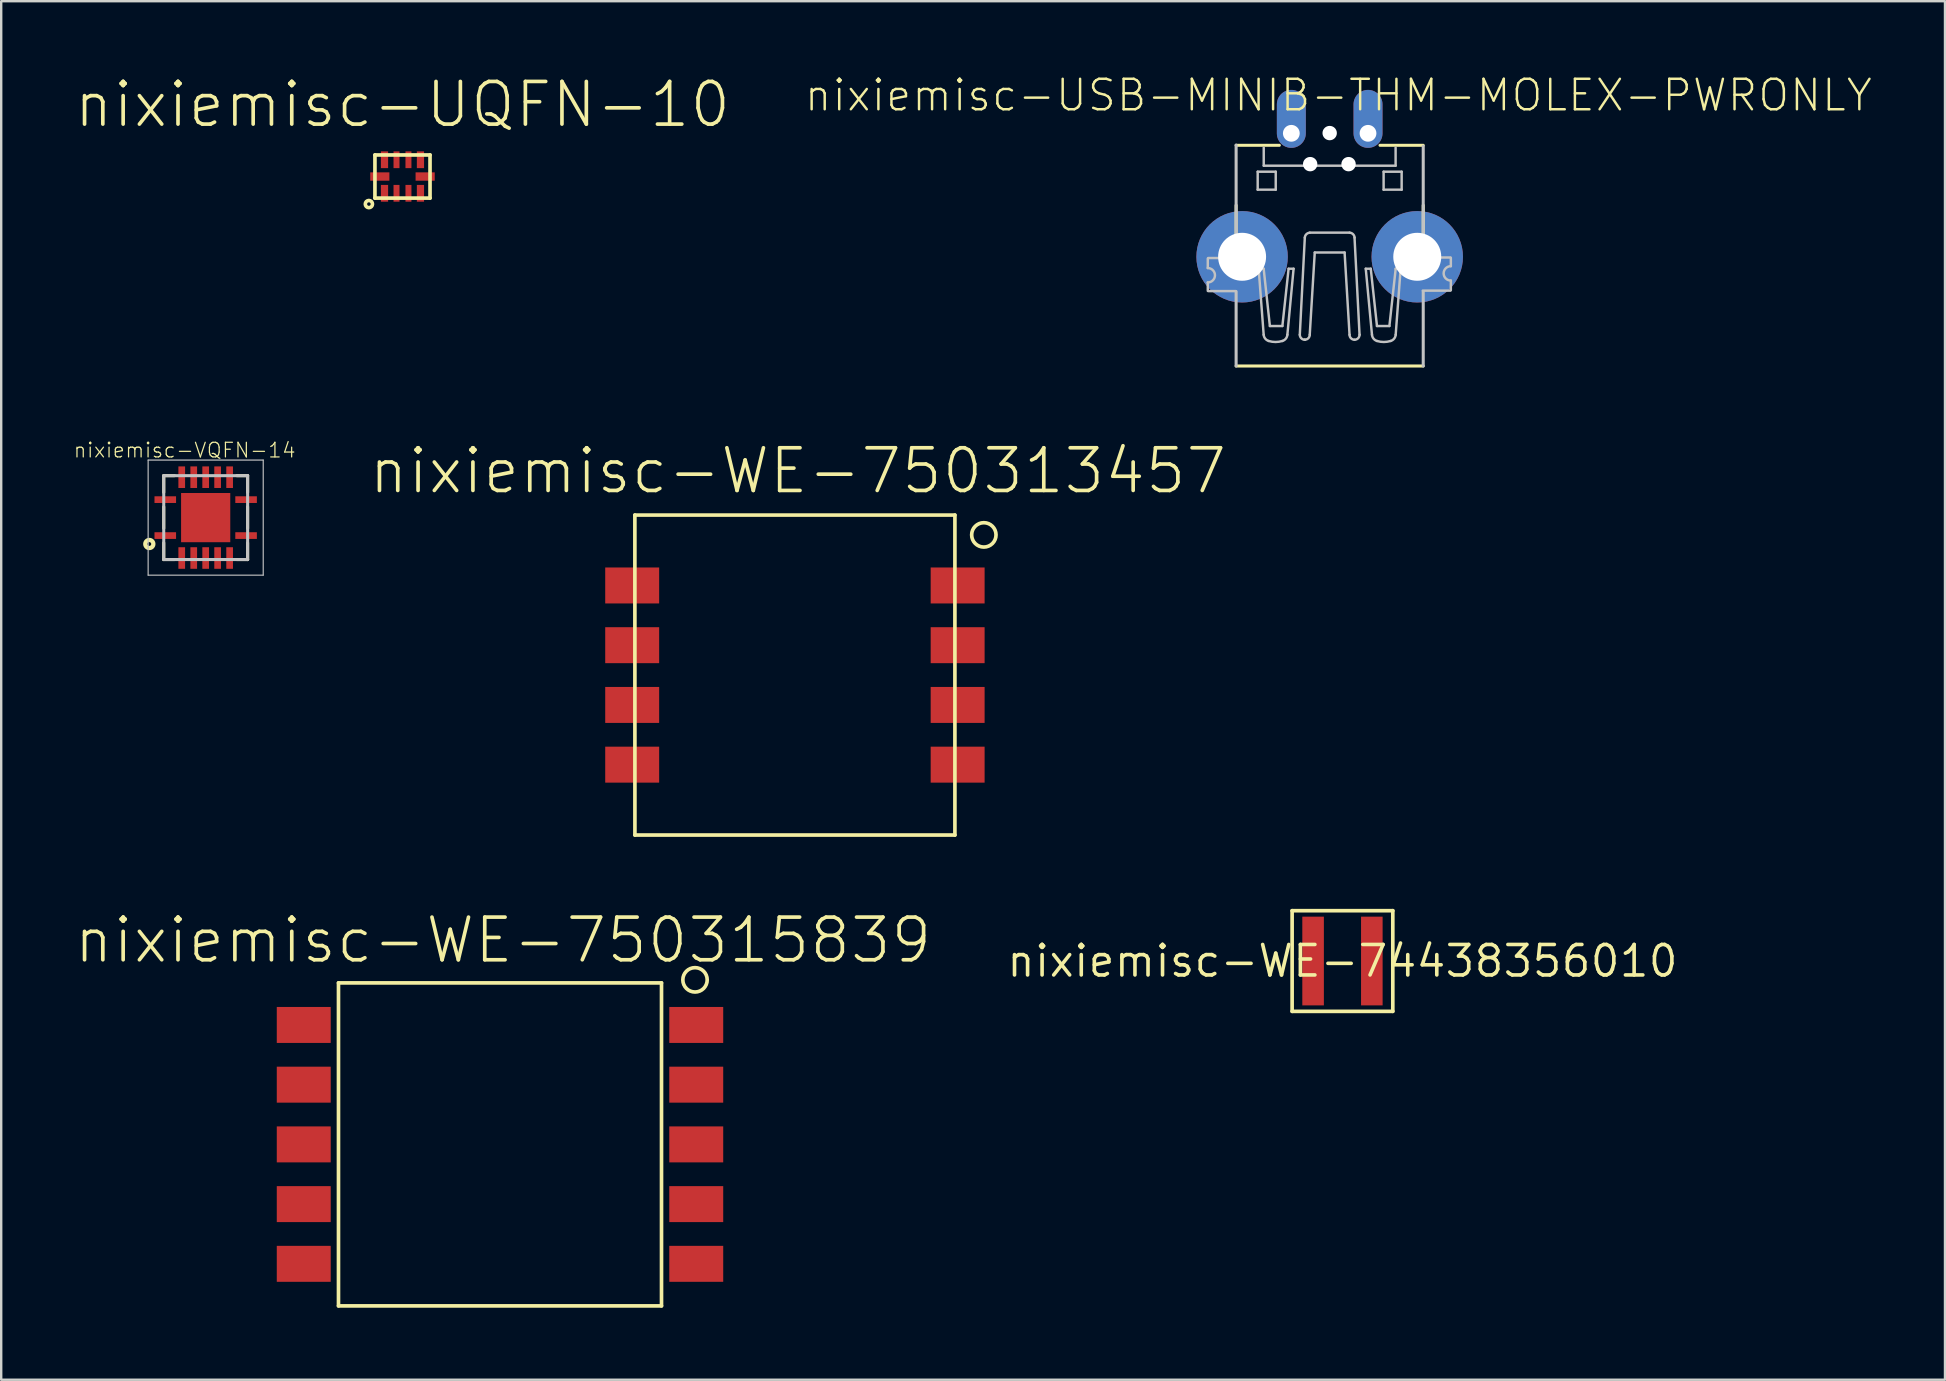
<source format=kicad_pcb>
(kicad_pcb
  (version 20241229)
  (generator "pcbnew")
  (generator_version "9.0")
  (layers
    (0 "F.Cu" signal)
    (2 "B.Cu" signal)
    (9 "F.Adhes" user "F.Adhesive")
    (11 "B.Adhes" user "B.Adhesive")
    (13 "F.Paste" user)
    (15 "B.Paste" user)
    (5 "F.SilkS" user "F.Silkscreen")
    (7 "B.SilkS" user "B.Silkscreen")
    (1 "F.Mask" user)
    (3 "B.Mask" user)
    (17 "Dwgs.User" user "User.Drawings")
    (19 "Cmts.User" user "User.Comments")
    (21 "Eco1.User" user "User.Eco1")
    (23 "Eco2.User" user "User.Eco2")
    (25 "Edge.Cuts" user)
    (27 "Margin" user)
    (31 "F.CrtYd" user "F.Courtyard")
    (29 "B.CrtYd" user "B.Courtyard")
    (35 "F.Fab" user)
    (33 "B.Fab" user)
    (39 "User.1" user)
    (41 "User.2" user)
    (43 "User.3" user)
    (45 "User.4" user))
  (footprint "nixiemisc-WE-750313457"
    (layer "F.Cu")
    (at 30.079 25.084)
    (property "Reference" "nixiemisc-WE-750313457" (at 0.127 -8.509 0) (unlocked yes) (layer "F.SilkS") (effects (font (size 1.778 1.778) (thickness 0.152))))
    (attr smd)
    (fp_line (start -6.67 -6.668) (end 6.668 -6.668) (stroke (width 0.152) (type solid)) (layer "F.SilkS"))
    (fp_line (start -6.668 6.668) (end -6.67 -6.668) (stroke (width 0.152) (type solid)) (layer "F.SilkS"))
    (fp_line (start 6.668 -6.668) (end 6.668 6.668) (stroke (width 0.152) (type solid)) (layer "F.SilkS"))
    (fp_line (start 6.668 6.668) (end -6.668 6.668) (stroke (width 0.152) (type solid)) (layer "F.SilkS"))
    (fp_circle (center 7.874 -5.842) (end 7.874 -6.35) (stroke (width 0.152) (type solid)) (fill no) (layer "F.SilkS"))
    (pad "P$1" smd rect (at 6.782 -3.734) (size 2.248 1.499) (layers "F.Cu" "F.Mask" "F.Paste"))
    (pad "P$2" smd rect (at 6.782 -1.245) (size 2.248 1.499) (layers "F.Cu" "F.Mask" "F.Paste"))
    (pad "P$3" smd rect (at 6.782 1.245) (size 2.248 1.499) (layers "F.Cu" "F.Mask" "F.Paste"))
    (pad "P$4" smd rect (at 6.782 3.734) (size 2.248 1.499) (layers "F.Cu" "F.Mask" "F.Paste"))
    (pad "P$5" smd rect (at -6.782 3.734) (size 2.248 1.499) (layers "F.Cu" "F.Mask" "F.Paste"))
    (pad "P$6" smd rect (at -6.782 1.245) (size 2.248 1.499) (layers "F.Cu" "F.Mask" "F.Paste"))
    (pad "P$7" smd rect (at -6.782 -1.245) (size 2.248 1.499) (layers "F.Cu" "F.Mask" "F.Paste"))
    (pad "P$8" smd rect (at -6.782 -3.734) (size 2.248 1.499) (layers "F.Cu" "F.Mask" "F.Paste")))
  (footprint "nixiemisc-UQFN-10"
    (layer "F.Cu")
    (at 13.724 4.307)
    (property "Reference" "nixiemisc-UQFN-10" (at 0 -3 0) (unlocked yes) (layer "F.SilkS") (effects (font (size 1.778 1.778) (thickness 0.152))))
    (attr smd)
    (fp_line (start -1.148 -0.899) (end -1.148 0.899) (stroke (width 0.152) (type solid)) (layer "F.SilkS"))
    (fp_line (start -1.148 -0.899) (end 1.148 -0.899) (stroke (width 0.152) (type solid)) (layer "F.SilkS"))
    (fp_line (start -1.148 0.899) (end 1.148 0.899) (stroke (width 0.152) (type solid)) (layer "F.SilkS"))
    (fp_line (start 1.148 -0.899) (end 1.148 0.899) (stroke (width 0.152) (type solid)) (layer "F.SilkS"))
    (fp_circle (center -1.4 1.148) (end -1.4 0.998) (stroke (width 0.152) (type solid)) (fill no) (layer "F.SilkS"))
    (pad "1" smd rect (at -0.749 0.699 90) (size 0.699 0.3) (layers "F.Cu" "F.Mask" "F.Paste"))
    (pad "2" smd rect (at -0.249 0.699 90) (size 0.699 0.249) (layers "F.Cu" "F.Mask" "F.Paste"))
    (pad "3" smd rect (at 0.249 0.699 90) (size 0.699 0.249) (layers "F.Cu" "F.Mask" "F.Paste"))
    (pad "4" smd rect (at 0.749 0.699 90) (size 0.699 0.3) (layers "F.Cu" "F.Mask" "F.Paste"))
    (pad "5" smd rect (at 0.945 0) (size 0.798 0.348) (layers "F.Cu" "F.Mask" "F.Paste"))
    (pad "6" smd rect (at 0.749 -0.699 90) (size 0.699 0.3) (layers "F.Cu" "F.Mask" "F.Paste"))
    (pad "7" smd rect (at 0.249 -0.699 90) (size 0.699 0.249) (layers "F.Cu" "F.Mask" "F.Paste"))
    (pad "8" smd rect (at -0.249 -0.699 90) (size 0.699 0.249) (layers "F.Cu" "F.Mask" "F.Paste"))
    (pad "9" smd rect (at -0.749 -0.699 90) (size 0.699 0.3) (layers "F.Cu" "F.Mask" "F.Paste"))
    (pad "10" smd rect (at -0.945 0) (size 0.798 0.348) (layers "F.Cu" "F.Mask" "F.Paste")))
  (footprint "nixiemisc-VQFN-14"
    (layer "F.Cu")
    (at 5.522 18.522)
    (property "Reference" "nixiemisc-VQFN-14" (at -0.876 -2.809 0) (unlocked yes) (layer "F.SilkS") (effects (font (size 0.61 0.61) (thickness 0.051))))
    (attr smd)
    (fp_line (start -1.748 -1.748) (end -1.748 -1.049) (stroke (width 0.127) (type solid)) (layer "F.SilkS"))
    (fp_line (start -1.748 -0.45) (end -1.748 0.45) (stroke (width 0.127) (type solid)) (layer "F.SilkS"))
    (fp_line (start -1.748 1.748) (end -1.748 1.049) (stroke (width 0.127) (type solid)) (layer "F.SilkS"))
    (fp_line (start -1.298 -1.748) (end -1.748 -1.748) (stroke (width 0.127) (type solid)) (layer "F.SilkS"))
    (fp_line (start -1.298 1.748) (end -1.748 1.748) (stroke (width 0.127) (type solid)) (layer "F.SilkS"))
    (fp_line (start 1.298 -1.748) (end 1.748 -1.748) (stroke (width 0.127) (type solid)) (layer "F.SilkS"))
    (fp_line (start 1.298 1.748) (end 1.748 1.748) (stroke (width 0.127) (type solid)) (layer "F.SilkS"))
    (fp_line (start 1.748 -1.748) (end 1.748 -1.049) (stroke (width 0.127) (type solid)) (layer "F.SilkS"))
    (fp_line (start 1.748 -0.45) (end 1.748 0.45) (stroke (width 0.127) (type solid)) (layer "F.SilkS"))
    (fp_line (start 1.748 1.748) (end 1.748 1.049) (stroke (width 0.127) (type solid)) (layer "F.SilkS"))
    (fp_circle (center -2.349 1.1) (end -2.349 1.021) (stroke (width 0.178) (type solid)) (fill no) (layer "F.SilkS"))
    (fp_line (start -0.65 -0.648) (end 0.648 -0.648) (stroke (width 0.066) (type solid)) (layer "F.Paste"))
    (fp_line (start -0.65 0.65) (end -0.65 -0.648) (stroke (width 0.066) (type solid)) (layer "F.Paste"))
    (fp_line (start -0.65 0.65) (end 0.648 0.65) (stroke (width 0.066) (type solid)) (layer "F.Paste"))
    (fp_line (start 0.648 0.65) (end 0.648 -0.648) (stroke (width 0.066) (type solid)) (layer "F.Paste"))
    (fp_line (start -2.398 -2.398) (end 2.398 -2.398) (stroke (width 0.048) (type solid)) (layer "Dwgs.User"))
    (fp_line (start -2.398 2.398) (end -2.398 -2.398) (stroke (width 0.048) (type solid)) (layer "Dwgs.User"))
    (fp_line (start -1.748 -1.748) (end 1.748 -1.748) (stroke (width 0.127) (type solid)) (layer "Dwgs.User"))
    (fp_line (start -1.748 1.748) (end -1.748 -1.748) (stroke (width 0.127) (type solid)) (layer "Dwgs.User"))
    (fp_line (start 1.748 -1.748) (end 1.748 1.748) (stroke (width 0.127) (type solid)) (layer "Dwgs.User"))
    (fp_line (start 1.748 1.748) (end -1.748 1.748) (stroke (width 0.127) (type solid)) (layer "Dwgs.User"))
    (fp_line (start 2.398 -2.398) (end 2.398 2.398) (stroke (width 0.048) (type solid)) (layer "Dwgs.User"))
    (fp_line (start 2.398 2.398) (end -2.398 2.398) (stroke (width 0.048) (type solid)) (layer "Dwgs.User"))
    (pad "1" smd rect (at -1.684 0.749) (size 0.899 0.279) (layers "F.Cu" "F.Mask" "F.Paste"))
    (pad "2" smd rect (at -0.998 1.684 90) (size 0.899 0.279) (layers "F.Cu" "F.Mask" "F.Paste"))
    (pad "3" smd rect (at -0.498 1.684 90) (size 0.899 0.279) (layers "F.Cu" "F.Mask" "F.Paste"))
    (pad "4" smd rect (at 0 1.684 90) (size 0.899 0.279) (layers "F.Cu" "F.Mask" "F.Paste"))
    (pad "5" smd rect (at 0.498 1.684 90) (size 0.899 0.279) (layers "F.Cu" "F.Mask" "F.Paste"))
    (pad "6" smd rect (at 0.998 1.684 90) (size 0.899 0.279) (layers "F.Cu" "F.Mask" "F.Paste"))
    (pad "7" smd rect (at 1.684 0.749 180) (size 0.899 0.279) (layers "F.Cu" "F.Mask" "F.Paste"))
    (pad "8" smd rect (at 1.684 -0.749 180) (size 0.899 0.279) (layers "F.Cu" "F.Mask" "F.Paste"))
    (pad "9" smd rect (at 0.998 -1.684 270) (size 0.899 0.279) (layers "F.Cu" "F.Mask" "F.Paste"))
    (pad "10" smd rect (at 0.498 -1.684 270) (size 0.899 0.279) (layers "F.Cu" "F.Mask" "F.Paste"))
    (pad "11" smd rect (at 0 -1.684 270) (size 0.899 0.279) (layers "F.Cu" "F.Mask" "F.Paste"))
    (pad "12" smd rect (at -0.498 -1.684 270) (size 0.899 0.279) (layers "F.Cu" "F.Mask" "F.Paste"))
    (pad "13" smd rect (at -0.998 -1.684 270) (size 0.899 0.279) (layers "F.Cu" "F.Mask" "F.Paste"))
    (pad "14" smd rect (at -1.684 -0.749) (size 0.899 0.279) (layers "F.Cu" "F.Mask" "F.Paste"))
    (pad "15" smd rect (at 0 0) (size 2.05 2.05) (layers "F.Cu" "F.Mask" "F.Paste")))
  (footprint "nixiemisc-WE-750315839"
    (layer "F.Cu")
    (at 17.788 44.644)
    (property "Reference" "nixiemisc-WE-750315839" (at 0.127 -8.509 0) (unlocked yes) (layer "F.SilkS") (effects (font (size 1.778 1.778) (thickness 0.152))))
    (attr smd)
    (fp_line (start -6.731 -6.731) (end 6.731 -6.731) (stroke (width 0.152) (type solid)) (layer "F.SilkS"))
    (fp_line (start -6.731 6.731) (end -6.731 -6.731) (stroke (width 0.152) (type solid)) (layer "F.SilkS"))
    (fp_line (start 6.731 -6.731) (end 6.731 6.731) (stroke (width 0.152) (type solid)) (layer "F.SilkS"))
    (fp_line (start 6.731 6.731) (end -6.731 6.731) (stroke (width 0.152) (type solid)) (layer "F.SilkS"))
    (fp_circle (center 8.128 -6.858) (end 8.128 -7.366) (stroke (width 0.152) (type solid)) (fill no) (layer "F.SilkS"))
    (pad "P$1" smd rect (at 8.179 -4.978) (size 2.248 1.499) (layers "F.Cu" "F.Mask" "F.Paste"))
    (pad "P$2" smd rect (at 8.179 -2.489) (size 2.248 1.499) (layers "F.Cu" "F.Mask" "F.Paste"))
    (pad "P$3" smd rect (at 8.179 0) (size 2.248 1.499) (layers "F.Cu" "F.Mask" "F.Paste"))
    (pad "P$4" smd rect (at 8.179 2.489) (size 2.248 1.499) (layers "F.Cu" "F.Mask" "F.Paste"))
    (pad "P$5" smd rect (at 8.179 4.978) (size 2.248 1.499) (layers "F.Cu" "F.Mask" "F.Paste"))
    (pad "P$6" smd rect (at -8.179 4.978) (size 2.248 1.499) (layers "F.Cu" "F.Mask" "F.Paste"))
    (pad "P$7" smd rect (at -8.179 2.489) (size 2.248 1.499) (layers "F.Cu" "F.Mask" "F.Paste"))
    (pad "P$8" smd rect (at -8.179 0) (size 2.248 1.499) (layers "F.Cu" "F.Mask" "F.Paste"))
    (pad "P$9" smd rect (at -8.179 -2.489) (size 2.248 1.499) (layers "F.Cu" "F.Mask" "F.Paste"))
    (pad "P$10" smd rect (at -8.179 -4.978) (size 2.248 1.499) (layers "F.Cu" "F.Mask" "F.Paste")))
  (footprint "nixiemisc-USB-MINIB-THM-MOLEX-PWRONLY"
    (layer "F.Cu")
    (at 52.366 7.144)
    (property "Reference" "nixiemisc-USB-MINIB-THM-MOLEX-PWRONLY" (at 0.363 -6.223 0) (unlocked yes) (layer "F.SilkS") (effects (font (size 1.27 1.27) (thickness 0.102))))
    (attr exclude_from_pos_files exclude_from_bom)
    (fp_line (start -3.899 -4.138) (end -2.098 -4.138) (stroke (width 0.127) (type solid)) (layer "F.SilkS"))
    (fp_line (start -3.899 1.059) (end -3.899 -1.638) (stroke (width 0.127) (type solid)) (layer "F.SilkS"))
    (fp_line (start -3.899 5.06) (end 3.899 5.06) (stroke (width 0.127) (type solid)) (layer "F.SilkS"))
    (fp_line (start -1.036 3.965) (end -1.036 3.965) (stroke (width 0.102) (type solid)) (layer "F.SilkS"))
    (fp_line (start 2.098 -4.138) (end 3.899 -4.138) (stroke (width 0.127) (type solid)) (layer "F.SilkS"))
    (fp_line (start 3.899 -1.638) (end 3.899 0.46) (stroke (width 0.127) (type solid)) (layer "F.SilkS"))
    (fp_line (start -5.08 0.579) (end -5.08 0.978) (stroke (width 0.102) (type solid)) (layer "Dwgs.User"))
    (fp_line (start -5.08 1.928) (end -5.08 1.58) (stroke (width 0.102) (type solid)) (layer "Dwgs.User"))
    (fp_line (start -5.06 0.559) (end -3.909 0.559) (stroke (width 0.102) (type solid)) (layer "Dwgs.User"))
    (fp_line (start -3.909 1.938) (end -5.06 1.938) (stroke (width 0.102) (type solid)) (layer "Dwgs.User"))
    (fp_line (start -3.899 0.549) (end -3.899 -4.148) (stroke (width 0.127) (type solid)) (layer "Dwgs.User"))
    (fp_line (start -3.899 5.06) (end -3.899 1.958) (stroke (width 0.127) (type solid)) (layer "Dwgs.User"))
    (fp_line (start -3 -3.038) (end -2.248 -3.038) (stroke (width 0.102) (type solid)) (layer "Dwgs.User"))
    (fp_line (start -3 -2.289) (end -3 -3.038) (stroke (width 0.102) (type solid)) (layer "Dwgs.User"))
    (fp_line (start -2.959 1.006) (end -2.751 3.757) (stroke (width 0.102) (type solid)) (layer "Dwgs.User"))
    (fp_line (start -2.751 1.006) (end -2.959 1.006) (stroke (width 0.102) (type solid)) (layer "Dwgs.User"))
    (fp_line (start -2.748 -4.039) (end -2.748 -3.289) (stroke (width 0.102) (type solid)) (layer "Dwgs.User"))
    (fp_line (start -2.748 -3.289) (end 2.748 -3.289) (stroke (width 0.102) (type solid)) (layer "Dwgs.User"))
    (fp_line (start -2.492 3.393) (end -2.751 1.006) (stroke (width 0.102) (type solid)) (layer "Dwgs.User"))
    (fp_line (start -2.248 -3.038) (end -2.248 -2.289) (stroke (width 0.102) (type solid)) (layer "Dwgs.User"))
    (fp_line (start -2.248 -2.289) (end -3 -2.289) (stroke (width 0.102) (type solid)) (layer "Dwgs.User"))
    (fp_line (start -1.971 3.393) (end -2.492 3.393) (stroke (width 0.102) (type solid)) (layer "Dwgs.User"))
    (fp_line (start -1.763 3.757) (end -1.504 1.006) (stroke (width 0.102) (type solid)) (layer "Dwgs.User"))
    (fp_line (start -1.712 1.006) (end -1.971 3.393) (stroke (width 0.102) (type solid)) (layer "Dwgs.User"))
    (fp_line (start -1.504 1.006) (end -1.712 1.006) (stroke (width 0.102) (type solid)) (layer "Dwgs.User"))
    (fp_line (start -1.245 3.757) (end -1.036 -0.29) (stroke (width 0.102) (type solid)) (layer "Dwgs.User"))
    (fp_line (start -0.831 3.757) (end -0.622 0.33) (stroke (width 0.102) (type solid)) (layer "Dwgs.User"))
    (fp_line (start 0.622 0.33) (end -0.622 0.33) (stroke (width 0.102) (type solid)) (layer "Dwgs.User"))
    (fp_line (start 0.828 -0.498) (end -0.831 -0.498) (stroke (width 0.102) (type solid)) (layer "Dwgs.User"))
    (fp_line (start 0.828 3.757) (end 0.622 0.33) (stroke (width 0.102) (type solid)) (layer "Dwgs.User"))
    (fp_line (start 1.245 3.757) (end 1.036 -0.29) (stroke (width 0.102) (type solid)) (layer "Dwgs.User"))
    (fp_line (start 1.504 1.006) (end 1.712 1.006) (stroke (width 0.102) (type solid)) (layer "Dwgs.User"))
    (fp_line (start 1.712 1.006) (end 1.971 3.393) (stroke (width 0.102) (type solid)) (layer "Dwgs.User"))
    (fp_line (start 1.763 3.757) (end 1.504 1.006) (stroke (width 0.102) (type solid)) (layer "Dwgs.User"))
    (fp_line (start 1.971 3.393) (end 2.489 3.393) (stroke (width 0.102) (type solid)) (layer "Dwgs.User"))
    (fp_line (start 2.248 -3.038) (end 2.248 -2.289) (stroke (width 0.102) (type solid)) (layer "Dwgs.User"))
    (fp_line (start 2.248 -2.289) (end 3 -2.289) (stroke (width 0.102) (type solid)) (layer "Dwgs.User"))
    (fp_line (start 2.489 3.393) (end 2.751 1.006) (stroke (width 0.102) (type solid)) (layer "Dwgs.User"))
    (fp_line (start 2.748 -3.289) (end 2.748 -4.039) (stroke (width 0.102) (type solid)) (layer "Dwgs.User"))
    (fp_line (start 2.751 1.006) (end 2.957 1.006) (stroke (width 0.102) (type solid)) (layer "Dwgs.User"))
    (fp_line (start 2.957 1.006) (end 2.751 3.757) (stroke (width 0.102) (type solid)) (layer "Dwgs.User"))
    (fp_line (start 3 -3.038) (end 2.248 -3.038) (stroke (width 0.102) (type solid)) (layer "Dwgs.User"))
    (fp_line (start 3 -2.289) (end 3 -3.038) (stroke (width 0.102) (type solid)) (layer "Dwgs.User"))
    (fp_line (start 3.879 0.538) (end 5.029 0.538) (stroke (width 0.102) (type solid)) (layer "Dwgs.User"))
    (fp_line (start 3.899 0.498) (end 3.899 -4.1) (stroke (width 0.127) (type solid)) (layer "Dwgs.User"))
    (fp_line (start 3.899 5.06) (end 3.899 1.958) (stroke (width 0.127) (type solid)) (layer "Dwgs.User"))
    (fp_line (start 5.029 1.918) (end 3.879 1.918) (stroke (width 0.102) (type solid)) (layer "Dwgs.User"))
    (fp_line (start 5.05 0.549) (end 5.05 0.899) (stroke (width 0.102) (type solid)) (layer "Dwgs.User"))
    (fp_line (start 5.05 1.9) (end 5.05 1.499) (stroke (width 0.102) (type solid)) (layer "Dwgs.User"))
    (fp_arc (start -5.08 0.9779) (mid -4.78028 1.27762) (end -5.08 1.57734) (stroke (width 0.1016) (type solid)) (layer "Dwgs.User"))
    (fp_arc (start -2.54254 4.01574) (mid -2.686403 3.918044) (end -2.750193 3.756267) (stroke (width 0.1016) (type solid)) (layer "Dwgs.User"))
    (fp_arc (start -1.97104 4.01574) (mid -2.255382 4.059036) (end -2.539958 4.017306) (stroke (width 0.1016) (type solid)) (layer "Dwgs.User"))
    (fp_arc (start -1.76276 3.75666) (mid -1.826881 3.918722) (end -1.971177 4.016467) (stroke (width 0.1016) (type solid)) (layer "Dwgs.User"))
    (fp_arc (start -1.03632 -0.28956) (mid -0.972121 -0.43206) (end -0.829227 -0.495374) (stroke (width 0.1016) (type solid)) (layer "Dwgs.User"))
    (fp_arc (start -1.03632 3.96494) (mid -1.183596 3.903936) (end -1.2446 3.75666) (stroke (width 0.1016) (type solid)) (layer "Dwgs.User"))
    (fp_arc (start -0.83058 3.75666) (mid -0.89084 3.90214) (end -1.03632 3.9624) (stroke (width 0.1016) (type solid)) (layer "Dwgs.User"))
    (fp_arc (start 0.82804 -0.49784) (mid 0.972882 -0.434688) (end 1.03864 -0.29101) (stroke (width 0.1016) (type solid)) (layer "Dwgs.User"))
    (fp_arc (start 1.03632 3.96494) (mid 0.889044 3.903936) (end 0.82804 3.75666) (stroke (width 0.1016) (type solid)) (layer "Dwgs.User"))
    (fp_arc (start 1.2446 3.75666) (mid 1.183596 3.903936) (end 1.03632 3.96494) (stroke (width 0.1016) (type solid)) (layer "Dwgs.User"))
    (fp_arc (start 1.97104 4.01574) (mid 1.827177 3.918044) (end 1.763387 3.756267) (stroke (width 0.1016) (type solid)) (layer "Dwgs.User"))
    (fp_arc (start 2.54254 4.01574) (mid 2.258198 4.059036) (end 1.973622 4.017306) (stroke (width 0.1016) (type solid)) (layer "Dwgs.User"))
    (fp_arc (start 2.75082 3.75666) (mid 2.686699 3.918722) (end 2.542403 4.016467) (stroke (width 0.1016) (type solid)) (layer "Dwgs.User"))
    (fp_arc (start 5.04952 1.4986) (mid 4.7498 1.19888) (end 5.04952 0.89916) (stroke (width 0.1016) (type solid)) (layer "Dwgs.User"))
    (pad "" np_thru_hole circle (at -0.813 -3.353) (size 0.599 0.599) (drill 0.599) (layers "*.Cu" "*.Mask"))
    (pad "" np_thru_hole circle (at 0 -4.648) (size 0.599 0.599) (drill 0.599) (layers "*.Cu" "*.Mask"))
    (pad "" np_thru_hole circle (at 0.787 -3.353) (size 0.599 0.599) (drill 0.599) (layers "*.Cu" "*.Mask"))
    (pad "GND" thru_hole oval (at 1.598 -4.638 180) (size 1.206 2.416) (drill 0.699 (offset 0 0.602)) (layers "*.Cu" "*.Mask"))
    (pad "GND1" thru_hole circle (at -3.65 0.508) (size 3.81 3.81) (drill 1.999) (layers "*.Cu" "*.Mask"))
    (pad "GND4" thru_hole circle (at 3.65 0.508) (size 3.81 3.81) (drill 1.999) (layers "*.Cu" "*.Mask"))
    (pad "VBUS" thru_hole oval (at -1.598 -4.638 180) (size 1.206 2.416) (drill 0.699 (offset 0 0.602)) (layers "*.Cu" "*.Mask")))
  (footprint "nixiemisc-WE-74438356010"
    (layer "F.Cu")
    (at 52.899 37.002)
    (property "Reference" "nixiemisc-WE-74438356010" (at 0 0 0) (unlocked yes) (layer "F.SilkS") (effects (font (size 1.27 1.27) (thickness 0.15))))
    (attr smd)
    (fp_line (start -2.098 -2.098) (end -2.098 2.098) (stroke (width 0.152) (type solid)) (layer "F.SilkS"))
    (fp_line (start -2.098 -2.098) (end 2.098 -2.098) (stroke (width 0.152) (type solid)) (layer "F.SilkS"))
    (fp_line (start -2.098 2.098) (end 2.098 2.098) (stroke (width 0.152) (type solid)) (layer "F.SilkS"))
    (fp_line (start 2.098 -2.098) (end 2.098 2.098) (stroke (width 0.152) (type solid)) (layer "F.SilkS"))
    (pad "1" smd rect (at -1.224 0) (size 0.899 3.698) (layers "F.Cu" "F.Mask" "F.Paste"))
    (pad "2" smd rect (at 1.224 0) (size 0.899 3.698) (layers "F.Cu" "F.Mask" "F.Paste")))
  (gr_rect
    (start -3 -3)
    (end 78.01 54.452)
    (stroke (width 0.1) (type default))
    (fill no)
    (layer "Edge.Cuts")))
</source>
